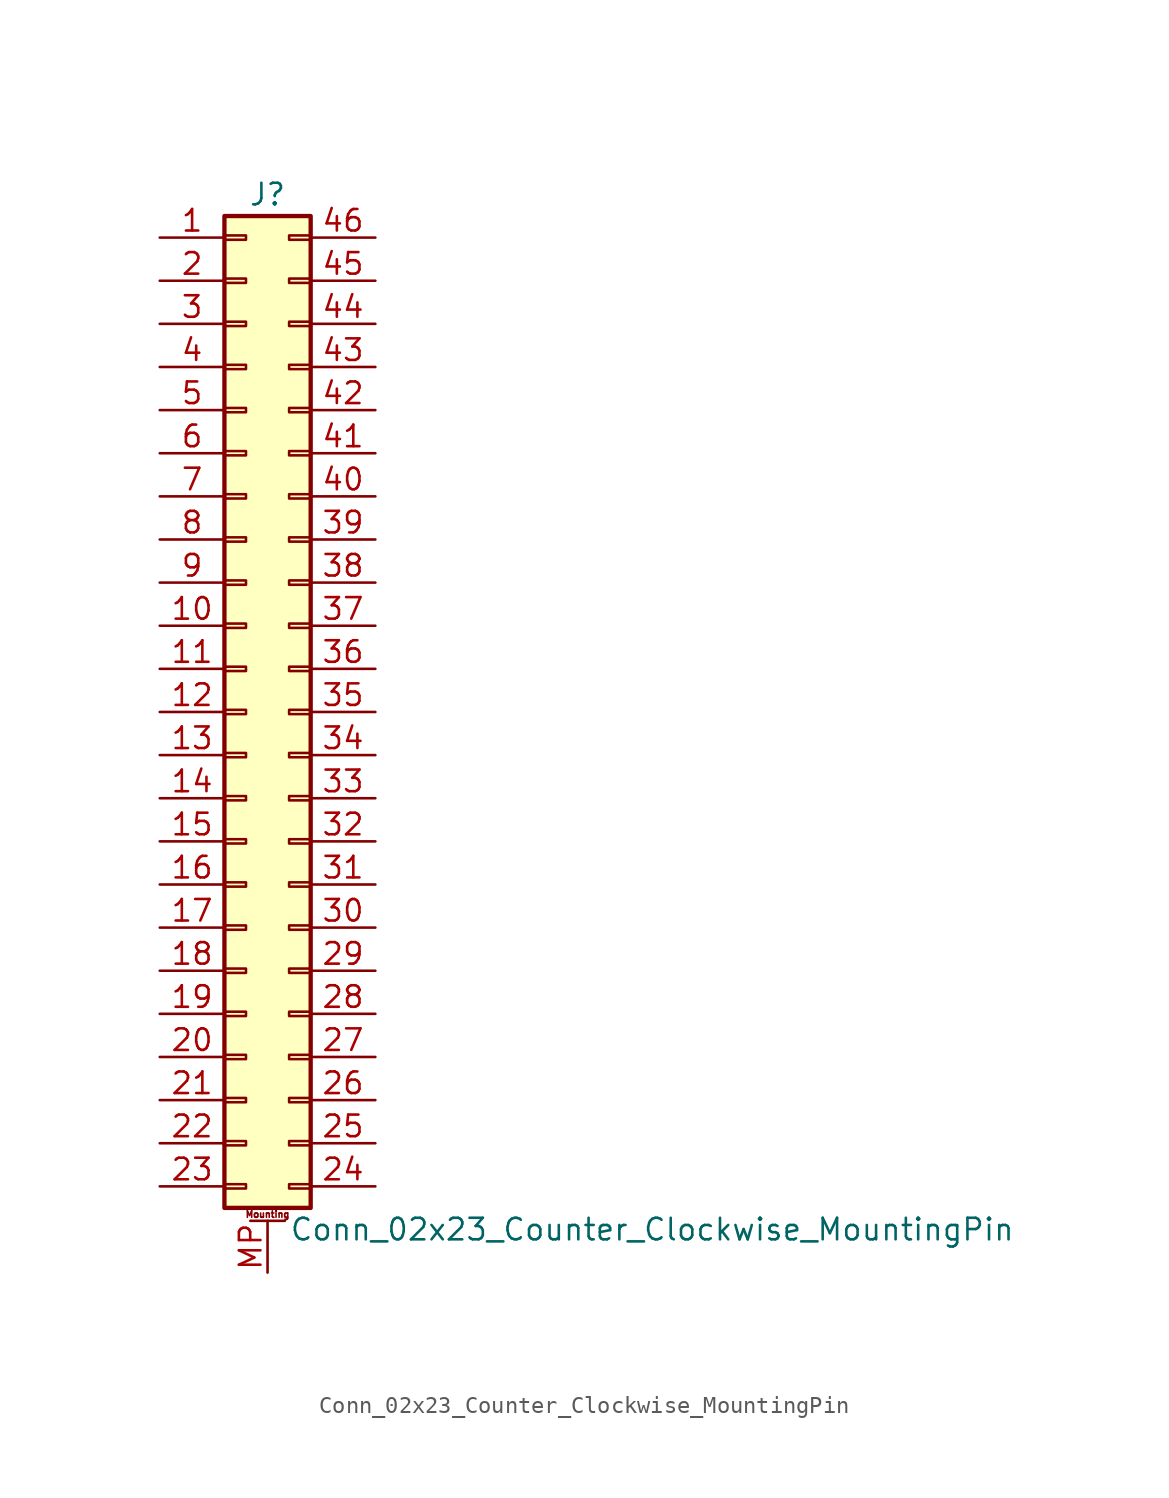
<source format=kicad_sym>
(kicad_symbol_lib
  (version 20201005)
  (generator kicad_symbol_editor)
  (symbol "Conn_02x23_Counter_Clockwise_MountingPin"
    (pin_names
      (offset 1.016) hide)
    (property "Reference" "J"
      (at 1.27 30.48 0)
      (effects (font (size 1.27 1.27))))
    (property "Value" "Conn_02x23_Counter_Clockwise_MountingPin"
      (at 2.54 -30.48 0)
      (effects (font (size 1.27 1.27)) (justify left)))
    (symbol "Conn_02x23_Counter_Clockwise_MountingPin_1_1"
      (text "Mounting" (at 1.27 -29.591 0) (effects (font (size 0.381 0.381))))
      (rectangle (start -1.27 -27.813) (end 0 -28.067) (stroke (width 0.152)) (fill (type none)))
      (rectangle (start -1.27 -25.273) (end 0 -25.527) (stroke (width 0.152)) (fill (type none)))
      (rectangle (start -1.27 -22.733) (end 0 -22.987) (stroke (width 0.152)) (fill (type none)))
      (rectangle (start -1.27 -20.193) (end 0 -20.447) (stroke (width 0.152)) (fill (type none)))
      (rectangle (start -1.27 -17.653) (end 0 -17.907) (stroke (width 0.152)) (fill (type none)))
      (rectangle (start -1.27 -15.113) (end 0 -15.367) (stroke (width 0.152)) (fill (type none)))
      (rectangle (start -1.27 -12.573) (end 0 -12.827) (stroke (width 0.152)) (fill (type none)))
      (rectangle (start -1.27 -10.033) (end 0 -10.287) (stroke (width 0.152)) (fill (type none)))
      (rectangle (start -1.27 -7.493) (end 0 -7.747) (stroke (width 0.152)) (fill (type none)))
      (rectangle (start -1.27 -4.953) (end 0 -5.207) (stroke (width 0.152)) (fill (type none)))
      (rectangle (start -1.27 -2.413) (end 0 -2.667) (stroke (width 0.152)) (fill (type none)))
      (rectangle (start -1.27 0.127) (end 0 -0.127) (stroke (width 0.152)) (fill (type none)))
      (rectangle (start -1.27 2.667) (end 0 2.413) (stroke (width 0.152)) (fill (type none)))
      (rectangle (start -1.27 5.207) (end 0 4.953) (stroke (width 0.152)) (fill (type none)))
      (rectangle (start -1.27 7.747) (end 0 7.493) (stroke (width 0.152)) (fill (type none)))
      (rectangle (start -1.27 10.287) (end 0 10.033) (stroke (width 0.152)) (fill (type none)))
      (rectangle (start -1.27 12.827) (end 0 12.573) (stroke (width 0.152)) (fill (type none)))
      (rectangle (start -1.27 15.367) (end 0 15.113) (stroke (width 0.152)) (fill (type none)))
      (rectangle (start -1.27 17.907) (end 0 17.653) (stroke (width 0.152)) (fill (type none)))
      (rectangle (start -1.27 20.447) (end 0 20.193) (stroke (width 0.152)) (fill (type none)))
      (rectangle (start -1.27 22.987) (end 0 22.733) (stroke (width 0.152)) (fill (type none)))
      (rectangle (start -1.27 25.527) (end 0 25.273) (stroke (width 0.152)) (fill (type none)))
      (rectangle (start -1.27 28.067) (end 0 27.813) (stroke (width 0.152)) (fill (type none)))
      (rectangle (start 3.81 -27.813) (end 2.54 -28.067) (stroke (width 0.152)) (fill (type none)))
      (rectangle (start 3.81 -25.273) (end 2.54 -25.527) (stroke (width 0.152)) (fill (type none)))
      (rectangle (start 3.81 -22.733) (end 2.54 -22.987) (stroke (width 0.152)) (fill (type none)))
      (rectangle (start 3.81 -20.193) (end 2.54 -20.447) (stroke (width 0.152)) (fill (type none)))
      (rectangle (start 3.81 -17.653) (end 2.54 -17.907) (stroke (width 0.152)) (fill (type none)))
      (rectangle (start 3.81 -15.113) (end 2.54 -15.367) (stroke (width 0.152)) (fill (type none)))
      (rectangle (start 3.81 -12.573) (end 2.54 -12.827) (stroke (width 0.152)) (fill (type none)))
      (rectangle (start 3.81 -10.033) (end 2.54 -10.287) (stroke (width 0.152)) (fill (type none)))
      (rectangle (start 3.81 -7.493) (end 2.54 -7.747) (stroke (width 0.152)) (fill (type none)))
      (rectangle (start 3.81 -4.953) (end 2.54 -5.207) (stroke (width 0.152)) (fill (type none)))
      (rectangle (start 3.81 -2.413) (end 2.54 -2.667) (stroke (width 0.152)) (fill (type none)))
      (rectangle (start 3.81 0.127) (end 2.54 -0.127) (stroke (width 0.152)) (fill (type none)))
      (rectangle (start 3.81 2.667) (end 2.54 2.413) (stroke (width 0.152)) (fill (type none)))
      (rectangle (start 3.81 5.207) (end 2.54 4.953) (stroke (width 0.152)) (fill (type none)))
      (rectangle (start 3.81 7.747) (end 2.54 7.493) (stroke (width 0.152)) (fill (type none)))
      (rectangle (start 3.81 10.287) (end 2.54 10.033) (stroke (width 0.152)) (fill (type none)))
      (rectangle (start 3.81 12.827) (end 2.54 12.573) (stroke (width 0.152)) (fill (type none)))
      (rectangle (start 3.81 15.367) (end 2.54 15.113) (stroke (width 0.152)) (fill (type none)))
      (rectangle (start 3.81 17.907) (end 2.54 17.653) (stroke (width 0.152)) (fill (type none)))
      (rectangle (start 3.81 20.447) (end 2.54 20.193) (stroke (width 0.152)) (fill (type none)))
      (rectangle (start 3.81 22.987) (end 2.54 22.733) (stroke (width 0.152)) (fill (type none)))
      (rectangle (start 3.81 25.527) (end 2.54 25.273) (stroke (width 0.152)) (fill (type none)))
      (rectangle (start 3.81 28.067) (end 2.54 27.813) (stroke (width 0.152)) (fill (type none)))
      (rectangle (start -1.27 29.21) (end 3.81 -29.21) (stroke (width 0.254)) (fill (type background)))
      (polyline (pts (xy 0.254 -29.972) (xy 2.286 -29.972)) (stroke (width 0.152)) (fill (type none)))
      (pin passive line (at -5.08 27.94 0) (length 3.81) (name "Pin_1" (effects (font (size 1.27 1.27)))) (number "1" (effects (font (size 1.27 1.27)))))
      (pin passive line (at -5.08 5.08 0) (length 3.81) (name "Pin_10" (effects (font (size 1.27 1.27)))) (number "10" (effects (font (size 1.27 1.27)))))
      (pin passive line (at -5.08 2.54 0) (length 3.81) (name "Pin_11" (effects (font (size 1.27 1.27)))) (number "11" (effects (font (size 1.27 1.27)))))
      (pin passive line (at -5.08 0 0) (length 3.81) (name "Pin_12" (effects (font (size 1.27 1.27)))) (number "12" (effects (font (size 1.27 1.27)))))
      (pin passive line (at -5.08 -2.54 0) (length 3.81) (name "Pin_13" (effects (font (size 1.27 1.27)))) (number "13" (effects (font (size 1.27 1.27)))))
      (pin passive line (at -5.08 -5.08 0) (length 3.81) (name "Pin_14" (effects (font (size 1.27 1.27)))) (number "14" (effects (font (size 1.27 1.27)))))
      (pin passive line (at -5.08 -7.62 0) (length 3.81) (name "Pin_15" (effects (font (size 1.27 1.27)))) (number "15" (effects (font (size 1.27 1.27)))))
      (pin passive line (at -5.08 -10.16 0) (length 3.81) (name "Pin_16" (effects (font (size 1.27 1.27)))) (number "16" (effects (font (size 1.27 1.27)))))
      (pin passive line (at -5.08 -12.7 0) (length 3.81) (name "Pin_17" (effects (font (size 1.27 1.27)))) (number "17" (effects (font (size 1.27 1.27)))))
      (pin passive line (at -5.08 -15.24 0) (length 3.81) (name "Pin_18" (effects (font (size 1.27 1.27)))) (number "18" (effects (font (size 1.27 1.27)))))
      (pin passive line (at -5.08 -17.78 0) (length 3.81) (name "Pin_19" (effects (font (size 1.27 1.27)))) (number "19" (effects (font (size 1.27 1.27)))))
      (pin passive line (at -5.08 25.4 0) (length 3.81) (name "Pin_2" (effects (font (size 1.27 1.27)))) (number "2" (effects (font (size 1.27 1.27)))))
      (pin passive line (at -5.08 -20.32 0) (length 3.81) (name "Pin_20" (effects (font (size 1.27 1.27)))) (number "20" (effects (font (size 1.27 1.27)))))
      (pin passive line (at -5.08 -22.86 0) (length 3.81) (name "Pin_21" (effects (font (size 1.27 1.27)))) (number "21" (effects (font (size 1.27 1.27)))))
      (pin passive line (at -5.08 -25.4 0) (length 3.81) (name "Pin_22" (effects (font (size 1.27 1.27)))) (number "22" (effects (font (size 1.27 1.27)))))
      (pin passive line (at -5.08 -27.94 0) (length 3.81) (name "Pin_23" (effects (font (size 1.27 1.27)))) (number "23" (effects (font (size 1.27 1.27)))))
      (pin passive line (at 7.62 -27.94 180) (length 3.81) (name "Pin_24" (effects (font (size 1.27 1.27)))) (number "24" (effects (font (size 1.27 1.27)))))
      (pin passive line (at 7.62 -25.4 180) (length 3.81) (name "Pin_25" (effects (font (size 1.27 1.27)))) (number "25" (effects (font (size 1.27 1.27)))))
      (pin passive line (at 7.62 -22.86 180) (length 3.81) (name "Pin_26" (effects (font (size 1.27 1.27)))) (number "26" (effects (font (size 1.27 1.27)))))
      (pin passive line (at 7.62 -20.32 180) (length 3.81) (name "Pin_27" (effects (font (size 1.27 1.27)))) (number "27" (effects (font (size 1.27 1.27)))))
      (pin passive line (at 7.62 -17.78 180) (length 3.81) (name "Pin_28" (effects (font (size 1.27 1.27)))) (number "28" (effects (font (size 1.27 1.27)))))
      (pin passive line (at 7.62 -15.24 180) (length 3.81) (name "Pin_29" (effects (font (size 1.27 1.27)))) (number "29" (effects (font (size 1.27 1.27)))))
      (pin passive line (at -5.08 22.86 0) (length 3.81) (name "Pin_3" (effects (font (size 1.27 1.27)))) (number "3" (effects (font (size 1.27 1.27)))))
      (pin passive line (at 7.62 -12.7 180) (length 3.81) (name "Pin_30" (effects (font (size 1.27 1.27)))) (number "30" (effects (font (size 1.27 1.27)))))
      (pin passive line (at 7.62 -10.16 180) (length 3.81) (name "Pin_31" (effects (font (size 1.27 1.27)))) (number "31" (effects (font (size 1.27 1.27)))))
      (pin passive line (at 7.62 -7.62 180) (length 3.81) (name "Pin_32" (effects (font (size 1.27 1.27)))) (number "32" (effects (font (size 1.27 1.27)))))
      (pin passive line (at 7.62 -5.08 180) (length 3.81) (name "Pin_33" (effects (font (size 1.27 1.27)))) (number "33" (effects (font (size 1.27 1.27)))))
      (pin passive line (at 7.62 -2.54 180) (length 3.81) (name "Pin_34" (effects (font (size 1.27 1.27)))) (number "34" (effects (font (size 1.27 1.27)))))
      (pin passive line (at 7.62 0 180) (length 3.81) (name "Pin_35" (effects (font (size 1.27 1.27)))) (number "35" (effects (font (size 1.27 1.27)))))
      (pin passive line (at 7.62 2.54 180) (length 3.81) (name "Pin_36" (effects (font (size 1.27 1.27)))) (number "36" (effects (font (size 1.27 1.27)))))
      (pin passive line (at 7.62 5.08 180) (length 3.81) (name "Pin_37" (effects (font (size 1.27 1.27)))) (number "37" (effects (font (size 1.27 1.27)))))
      (pin passive line (at 7.62 7.62 180) (length 3.81) (name "Pin_38" (effects (font (size 1.27 1.27)))) (number "38" (effects (font (size 1.27 1.27)))))
      (pin passive line (at 7.62 10.16 180) (length 3.81) (name "Pin_39" (effects (font (size 1.27 1.27)))) (number "39" (effects (font (size 1.27 1.27)))))
      (pin passive line (at -5.08 20.32 0) (length 3.81) (name "Pin_4" (effects (font (size 1.27 1.27)))) (number "4" (effects (font (size 1.27 1.27)))))
      (pin passive line (at 7.62 12.7 180) (length 3.81) (name "Pin_40" (effects (font (size 1.27 1.27)))) (number "40" (effects (font (size 1.27 1.27)))))
      (pin passive line (at 7.62 15.24 180) (length 3.81) (name "Pin_41" (effects (font (size 1.27 1.27)))) (number "41" (effects (font (size 1.27 1.27)))))
      (pin passive line (at 7.62 17.78 180) (length 3.81) (name "Pin_42" (effects (font (size 1.27 1.27)))) (number "42" (effects (font (size 1.27 1.27)))))
      (pin passive line (at 7.62 20.32 180) (length 3.81) (name "Pin_43" (effects (font (size 1.27 1.27)))) (number "43" (effects (font (size 1.27 1.27)))))
      (pin passive line (at 7.62 22.86 180) (length 3.81) (name "Pin_44" (effects (font (size 1.27 1.27)))) (number "44" (effects (font (size 1.27 1.27)))))
      (pin passive line (at 7.62 25.4 180) (length 3.81) (name "Pin_45" (effects (font (size 1.27 1.27)))) (number "45" (effects (font (size 1.27 1.27)))))
      (pin passive line (at 7.62 27.94 180) (length 3.81) (name "Pin_46" (effects (font (size 1.27 1.27)))) (number "46" (effects (font (size 1.27 1.27)))))
      (pin passive line (at -5.08 17.78 0) (length 3.81) (name "Pin_5" (effects (font (size 1.27 1.27)))) (number "5" (effects (font (size 1.27 1.27)))))
      (pin passive line (at -5.08 15.24 0) (length 3.81) (name "Pin_6" (effects (font (size 1.27 1.27)))) (number "6" (effects (font (size 1.27 1.27)))))
      (pin passive line (at -5.08 12.7 0) (length 3.81) (name "Pin_7" (effects (font (size 1.27 1.27)))) (number "7" (effects (font (size 1.27 1.27)))))
      (pin passive line (at -5.08 10.16 0) (length 3.81) (name "Pin_8" (effects (font (size 1.27 1.27)))) (number "8" (effects (font (size 1.27 1.27)))))
      (pin passive line (at -5.08 7.62 0) (length 3.81) (name "Pin_9" (effects (font (size 1.27 1.27)))) (number "9" (effects (font (size 1.27 1.27)))))
      (pin passive line (at 1.27 -33.02 90) (length 3.048) (name "MountPin" (effects (font (size 1.27 1.27)))) (number "MP" (effects (font (size 1.27 1.27))))))))
</source>
